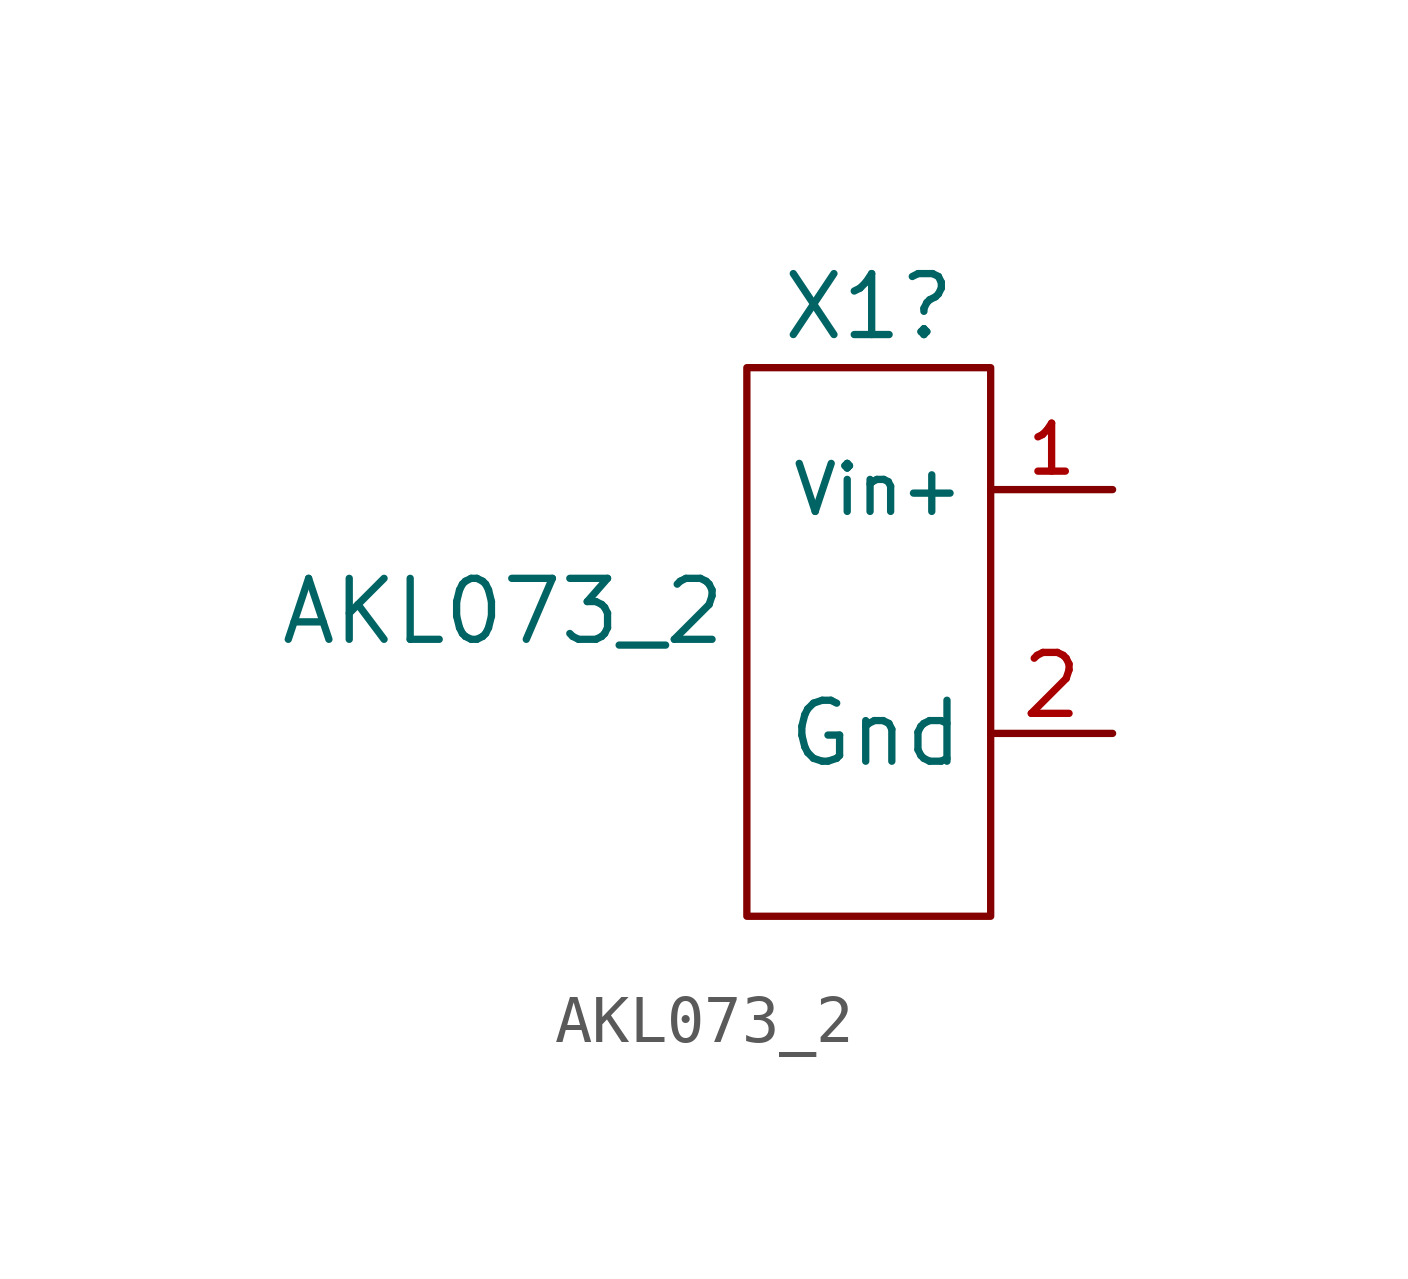
<source format=kicad_sym>
(kicad_symbol_lib
  (version 20220914)
  (generator kicad_symbol_editor)
  (symbol "AKL073_2"
    (property "Reference" "X1"
      (at -22.86 -1.27 0)
      (effects (font (size 1.27 1.27))))
    (property "Value" "AKL073_2"
      (at -30.48 -7.62 0)
      (effects (font (size 1.27 1.27))))
    (symbol "AKL073_2_0_1"
      (rectangle (start -25.4 -2.54) (end -20.32 -13.97) (stroke (width 0) (type default)) (fill (type none))))
    (symbol "AKL073_2_1_1"
      (pin passive line (at -17.78 -5.08 180) (length 2.54) (name "Vin+" (effects (font (size 1 1)))) (number "1" (effects (font (size 1 1)))))
      (pin passive line (at -17.78 -10.16 180) (length 2.54) (name "Gnd" (effects (font (size 1.27 1.27)))) (number "2" (effects (font (size 1.27 1.27))))))))
</source>
